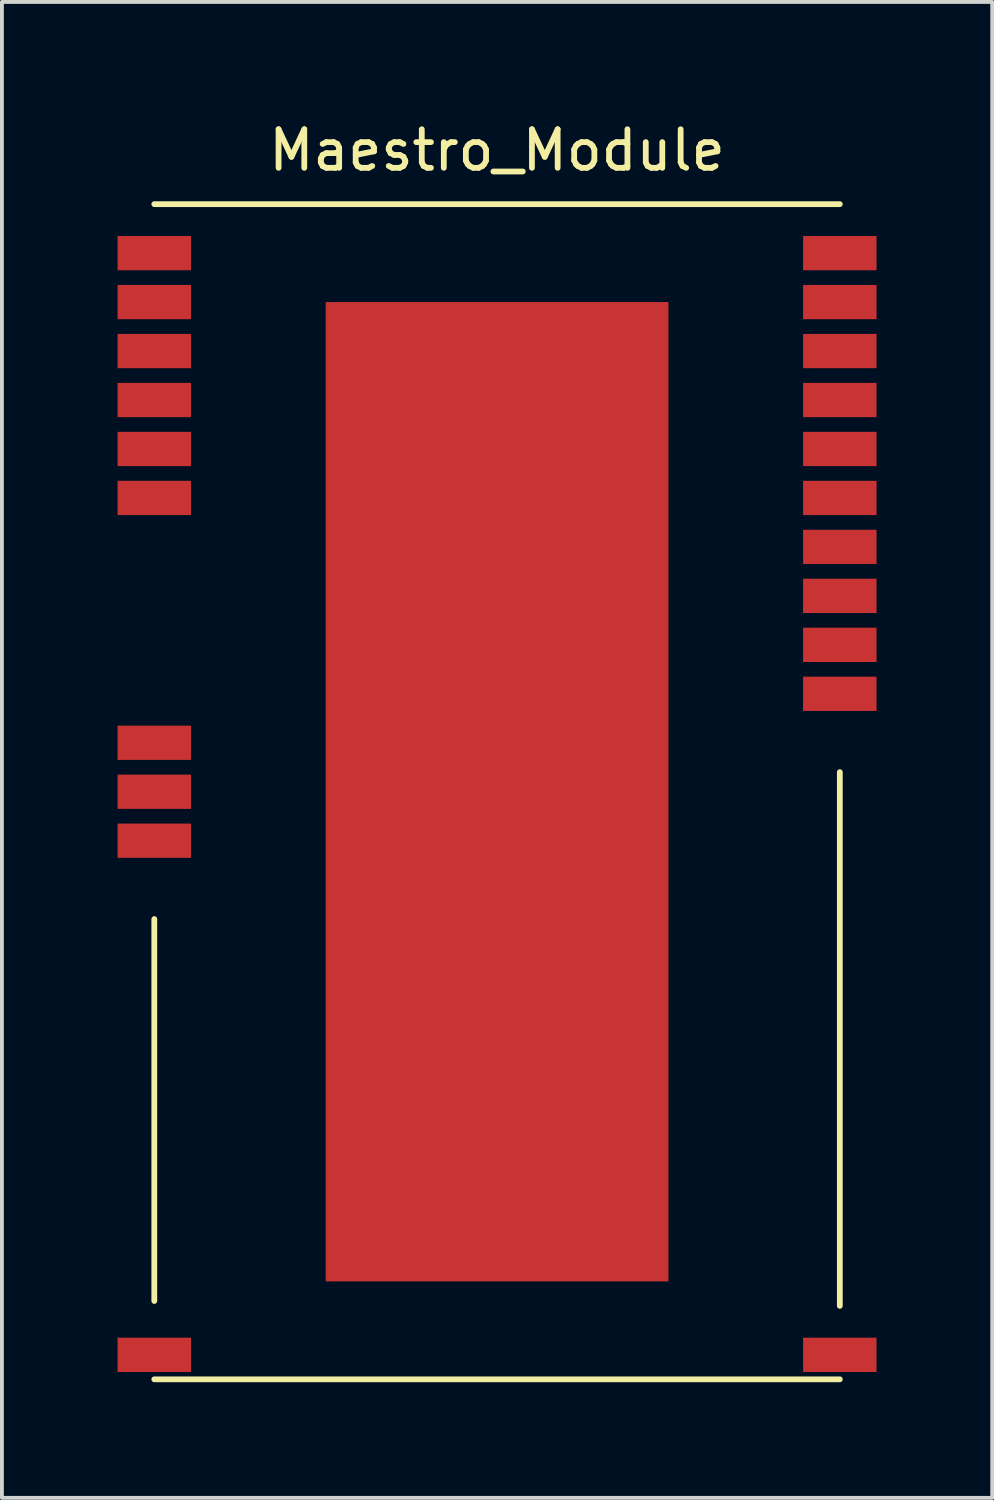
<source format=kicad_pcb>
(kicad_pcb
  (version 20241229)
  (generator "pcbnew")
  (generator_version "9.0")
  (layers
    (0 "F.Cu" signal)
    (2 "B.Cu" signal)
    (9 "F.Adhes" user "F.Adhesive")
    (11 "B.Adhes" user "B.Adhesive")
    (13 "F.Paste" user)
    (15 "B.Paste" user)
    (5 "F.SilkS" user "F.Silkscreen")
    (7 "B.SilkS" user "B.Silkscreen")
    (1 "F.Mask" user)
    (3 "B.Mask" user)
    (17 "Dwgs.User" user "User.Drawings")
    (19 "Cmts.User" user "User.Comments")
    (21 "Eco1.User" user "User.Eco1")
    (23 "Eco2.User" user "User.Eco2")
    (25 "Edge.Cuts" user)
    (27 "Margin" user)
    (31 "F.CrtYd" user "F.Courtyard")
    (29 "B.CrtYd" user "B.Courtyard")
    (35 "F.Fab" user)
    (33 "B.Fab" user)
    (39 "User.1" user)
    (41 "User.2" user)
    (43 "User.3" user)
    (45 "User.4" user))
  (footprint "Maestro_Module"
    (layer "F.Cu")
    (at 9.842 2.245)
    (property "Reference" "Maestro_Module" (at 0 -1.397 0) (layer "F.SilkS") (effects (font (size 1 1) (thickness 0.15))))
    (attr through_hole)
    (fp_line (start -8.89 0) (end 8.89 0) (stroke (width 0.15) (type solid)) (layer "F.SilkS"))
    (fp_line (start -8.89 28.448) (end -8.89 18.542) (stroke (width 0.15) (type solid)) (layer "F.SilkS"))
    (fp_line (start 8.89 14.732) (end 8.89 28.575) (stroke (width 0.15) (type solid)) (layer "F.SilkS"))
    (fp_line (start 8.89 30.48) (end -8.89 30.48) (stroke (width 0.15) (type solid)) (layer "F.SilkS"))
    (pad "1" smd rect (at -8.89 1.27) (size 1.905 0.889) (layers "F.Cu" "F.Mask" "F.Paste"))
    (pad "2" smd rect (at -8.89 2.54) (size 1.905 0.889) (layers "F.Cu" "F.Mask" "F.Paste"))
    (pad "3" smd rect (at -8.89 3.81) (size 1.905 0.889) (layers "F.Cu" "F.Mask" "F.Paste"))
    (pad "4" smd rect (at -8.89 5.08) (size 1.905 0.889) (layers "F.Cu" "F.Mask" "F.Paste"))
    (pad "5" smd rect (at -8.89 6.35) (size 1.905 0.889) (layers "F.Cu" "F.Mask" "F.Paste"))
    (pad "6" smd rect (at -8.89 7.62) (size 1.905 0.889) (layers "F.Cu" "F.Mask" "F.Paste"))
    (pad "7" smd rect (at -8.89 13.97) (size 1.905 0.889) (layers "F.Cu" "F.Mask" "F.Paste"))
    (pad "8" smd rect (at -8.89 15.24) (size 1.905 0.889) (layers "F.Cu" "F.Mask" "F.Paste"))
    (pad "9" smd rect (at -8.89 16.51) (size 1.905 0.889) (layers "F.Cu" "F.Mask" "F.Paste"))
    (pad "10" smd rect (at -8.89 29.845) (size 1.905 0.889) (layers "F.Cu" "F.Mask" "F.Paste"))
    (pad "11" smd rect (at 8.89 29.845) (size 1.905 0.889) (layers "F.Cu" "F.Mask" "F.Paste"))
    (pad "12" smd rect (at 8.89 12.7) (size 1.905 0.889) (layers "F.Cu" "F.Mask" "F.Paste"))
    (pad "13" smd rect (at 8.89 11.43) (size 1.905 0.889) (layers "F.Cu" "F.Mask" "F.Paste"))
    (pad "14" smd rect (at 8.89 10.16) (size 1.905 0.889) (layers "F.Cu" "F.Mask" "F.Paste"))
    (pad "15" smd rect (at 8.89 8.89) (size 1.905 0.889) (layers "F.Cu" "F.Mask" "F.Paste"))
    (pad "16" smd rect (at 8.89 7.62) (size 1.905 0.889) (layers "F.Cu" "F.Mask" "F.Paste"))
    (pad "17" smd rect (at 8.89 6.35) (size 1.905 0.889) (layers "F.Cu" "F.Mask" "F.Paste"))
    (pad "18" smd rect (at 8.89 5.08) (size 1.905 0.889) (layers "F.Cu" "F.Mask" "F.Paste"))
    (pad "19" smd rect (at 8.89 3.81) (size 1.905 0.889) (layers "F.Cu" "F.Mask" "F.Paste"))
    (pad "20" smd rect (at 8.89 2.54) (size 1.905 0.889) (layers "F.Cu" "F.Mask" "F.Paste"))
    (pad "21" smd rect (at 8.89 1.27) (size 1.905 0.889) (layers "F.Cu" "F.Mask" "F.Paste"))
    (pad "22" smd rect (at 0 15.24) (size 8.89 25.4) (layers "F.Cu" "F.Mask" "F.Paste")))
  (gr_rect
    (start -3 -3)
    (end 22.685 35.8)
    (stroke (width 0.1) (type default))
    (fill no)
    (layer "Edge.Cuts")))
</source>
